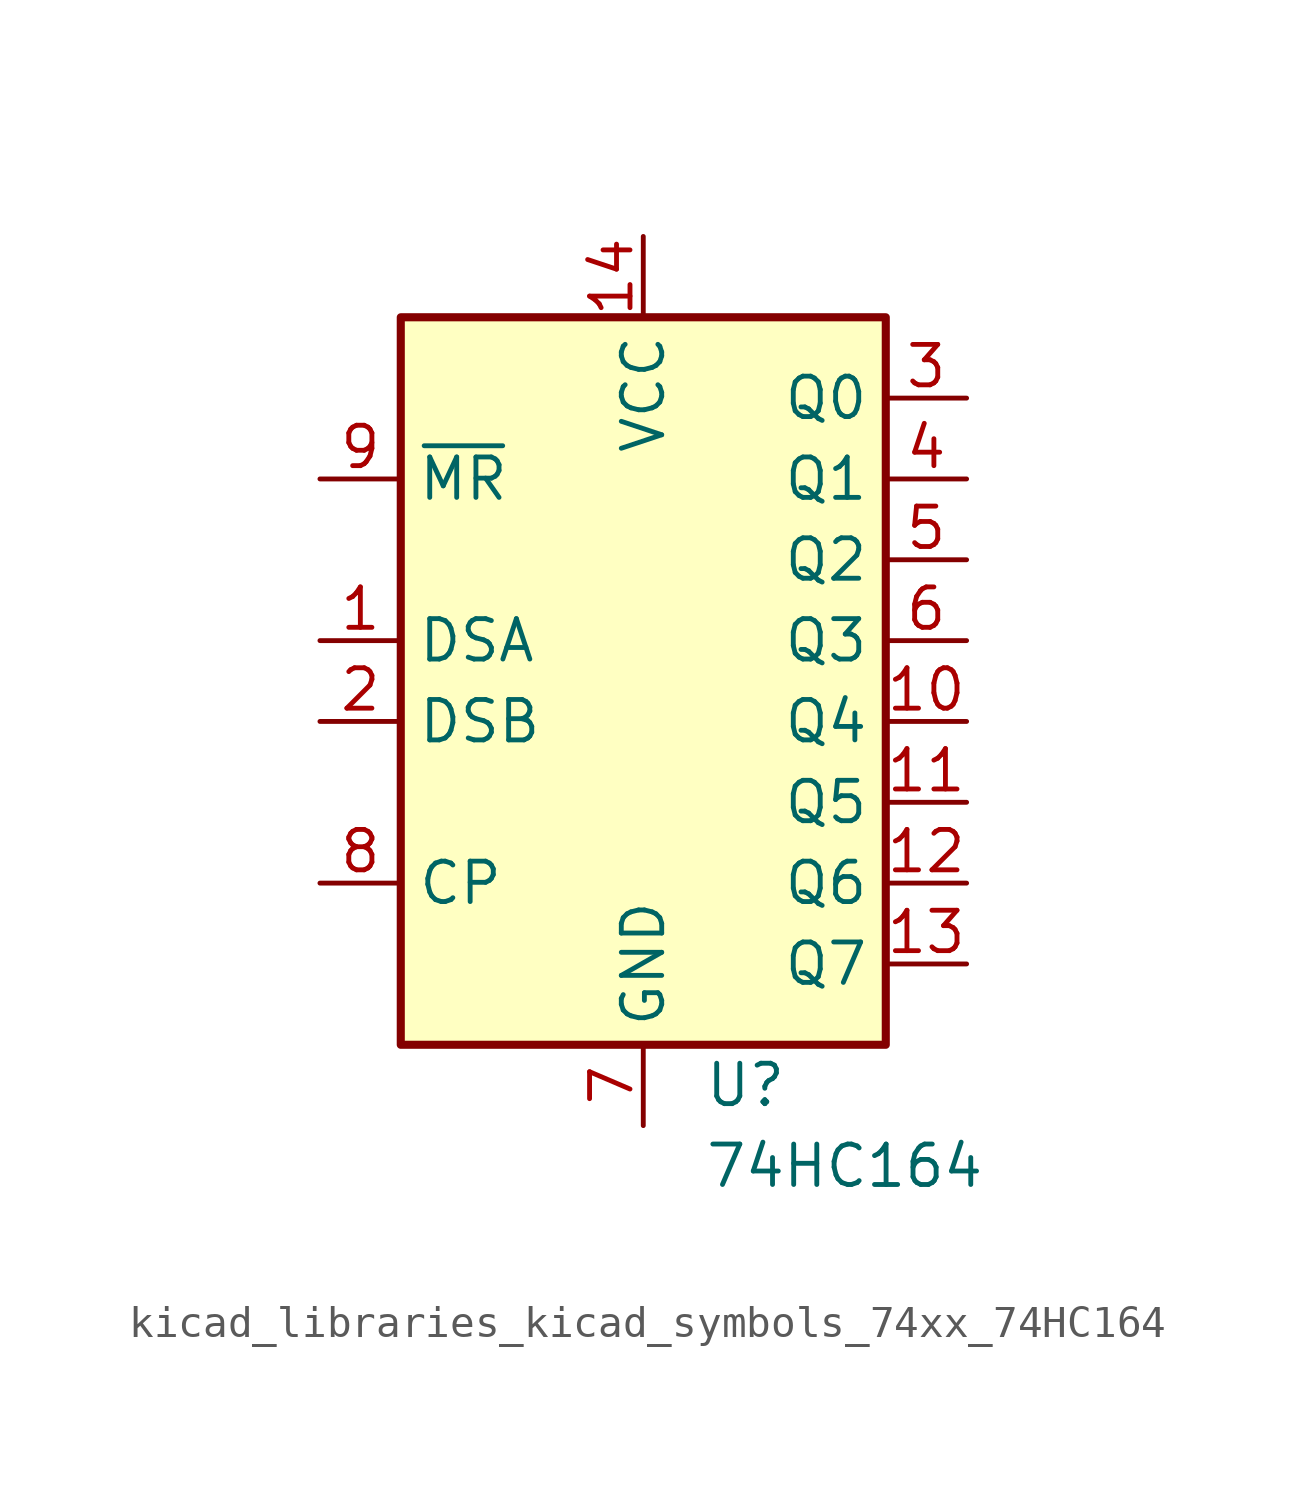
<source format=kicad_sym>
(kicad_symbol_lib
  (version 20220914)
  (generator kicad_symbol_editor)
  (symbol "kicad_libraries_kicad_symbols_74xx_74HC164"
    (property "Reference" "U"
      (at 1.905 -13.97 0)
      (effects (font (size 1.27 1.27)) (justify left)))
    (property "Value" "74HC164"
      (at 1.905 -16.51 0)
      (effects (font (size 1.27 1.27)) (justify left)))
    (symbol "kicad_libraries_kicad_symbols_74xx_74HC164_0_1"
      (rectangle (start 7.62 10.16) (end -7.62 -12.7) (stroke (width 0.254) (type default)) (fill (type background))))
    (symbol "kicad_libraries_kicad_symbols_74xx_74HC164_1_1"
      (pin input line (at -10.16 0 0) (length 2.54) (name "DSA" (effects (font (size 1.27 1.27)))) (number "1" (effects (font (size 1.27 1.27)))))
      (pin output line (at 10.16 -2.54 180) (length 2.54) (name "Q4" (effects (font (size 1.27 1.27)))) (number "10" (effects (font (size 1.27 1.27)))))
      (pin output line (at 10.16 -5.08 180) (length 2.54) (name "Q5" (effects (font (size 1.27 1.27)))) (number "11" (effects (font (size 1.27 1.27)))))
      (pin output line (at 10.16 -7.62 180) (length 2.54) (name "Q6" (effects (font (size 1.27 1.27)))) (number "12" (effects (font (size 1.27 1.27)))))
      (pin output line (at 10.16 -10.16 180) (length 2.54) (name "Q7" (effects (font (size 1.27 1.27)))) (number "13" (effects (font (size 1.27 1.27)))))
      (pin power_in line (at 0 12.7 270) (length 2.54) (name "VCC" (effects (font (size 1.27 1.27)))) (number "14" (effects (font (size 1.27 1.27)))))
      (pin input line (at -10.16 -2.54 0) (length 2.54) (name "DSB" (effects (font (size 1.27 1.27)))) (number "2" (effects (font (size 1.27 1.27)))))
      (pin output line (at 10.16 7.62 180) (length 2.54) (name "Q0" (effects (font (size 1.27 1.27)))) (number "3" (effects (font (size 1.27 1.27)))))
      (pin output line (at 10.16 5.08 180) (length 2.54) (name "Q1" (effects (font (size 1.27 1.27)))) (number "4" (effects (font (size 1.27 1.27)))))
      (pin output line (at 10.16 2.54 180) (length 2.54) (name "Q2" (effects (font (size 1.27 1.27)))) (number "5" (effects (font (size 1.27 1.27)))))
      (pin output line (at 10.16 0 180) (length 2.54) (name "Q3" (effects (font (size 1.27 1.27)))) (number "6" (effects (font (size 1.27 1.27)))))
      (pin power_in line (at 0 -15.24 90) (length 2.54) (name "GND" (effects (font (size 1.27 1.27)))) (number "7" (effects (font (size 1.27 1.27)))))
      (pin input line (at -10.16 -7.62 0) (length 2.54) (name "CP" (effects (font (size 1.27 1.27)))) (number "8" (effects (font (size 1.27 1.27)))))
      (pin input line (at -10.16 5.08 0) (length 2.54) (name "~{MR}" (effects (font (size 1.27 1.27)))) (number "9" (effects (font (size 1.27 1.27))))))))
</source>
